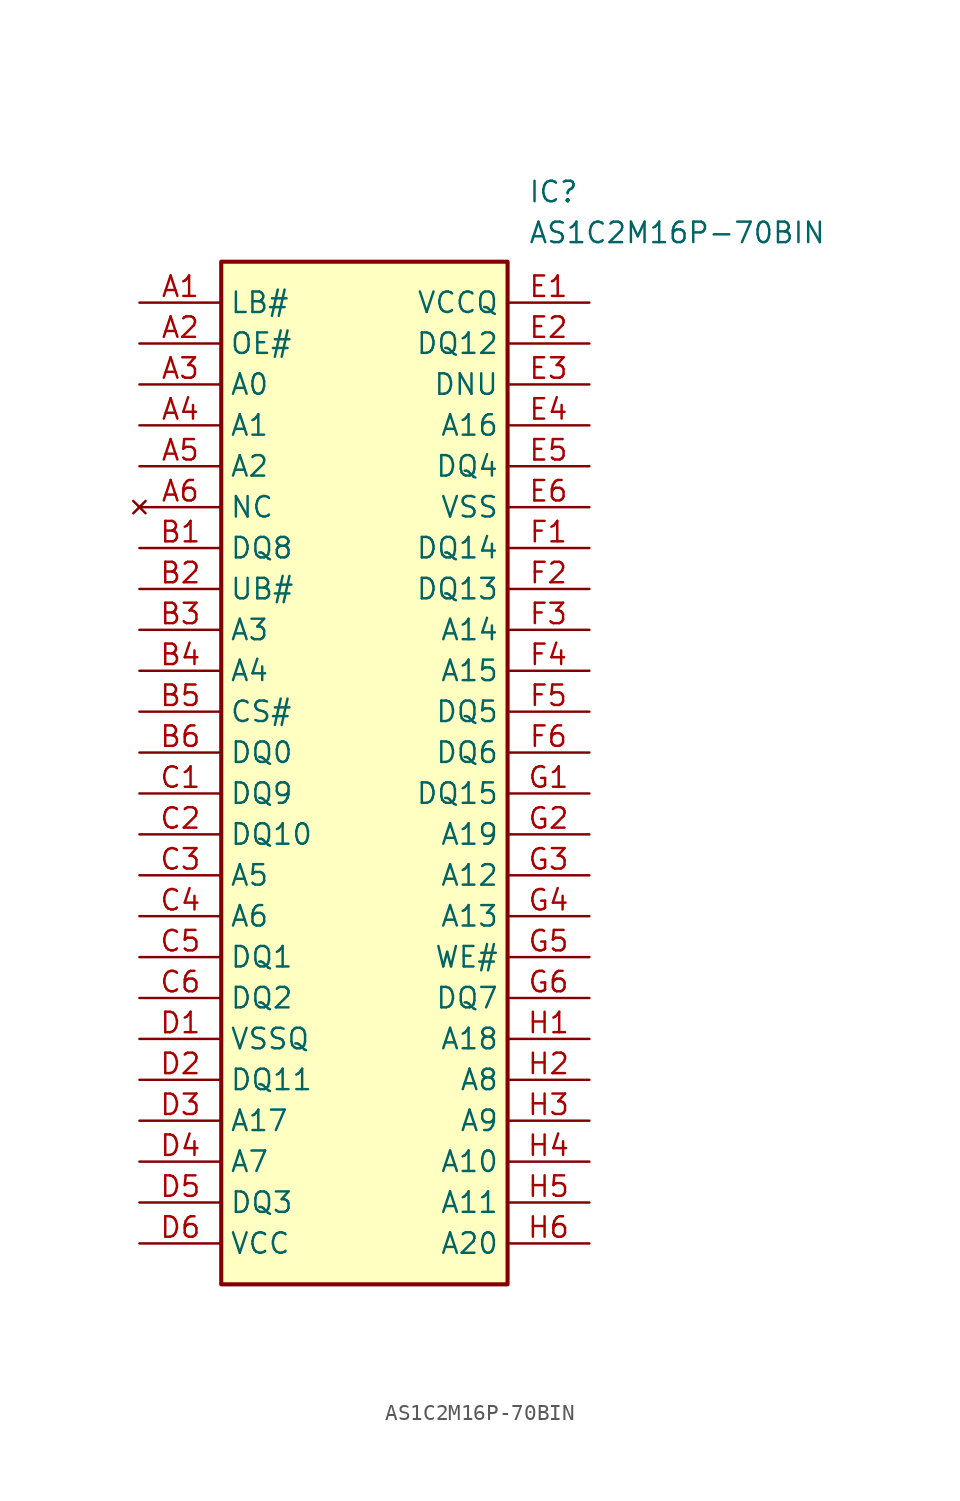
<source format=kicad_sym>
(kicad_symbol_lib
  (version 20211014)
  (generator SamacSys_ECAD_Model)
  (symbol "AS1C2M16P-70BIN"
    (property "Reference" "IC"
      (at 24.13 7.62 0)
      (effects (font (size 1.27 1.27)) (justify left top)))
    (property "Value" "AS1C2M16P-70BIN"
      (at 24.13 5.08 0)
      (effects (font (size 1.27 1.27)) (justify left top)))
    (rectangle
      (start 5.08 2.54)
      (end 22.86 -60.96)
      (stroke (width 0.254) (type default))
      (fill (type background)))
    (pin passive line
      (at 0 0 0)
      (length 5.08)
      (name "LB#" (effects (font (size 1.27 1.27))))
      (number "A1" (effects (font (size 1.27 1.27)))))
    (pin passive line
      (at 0 -2.54 0)
      (length 5.08)
      (name "OE#" (effects (font (size 1.27 1.27))))
      (number "A2" (effects (font (size 1.27 1.27)))))
    (pin passive line
      (at 0 -5.08 0)
      (length 5.08)
      (name "A0" (effects (font (size 1.27 1.27))))
      (number "A3" (effects (font (size 1.27 1.27)))))
    (pin passive line
      (at 0 -7.62 0)
      (length 5.08)
      (name "A1" (effects (font (size 1.27 1.27))))
      (number "A4" (effects (font (size 1.27 1.27)))))
    (pin passive line
      (at 0 -10.16 0)
      (length 5.08)
      (name "A2" (effects (font (size 1.27 1.27))))
      (number "A5" (effects (font (size 1.27 1.27)))))
    (pin no_connect line
      (at 0 -12.7 0)
      (length 5.08)
      (name "NC" (effects (font (size 1.27 1.27))))
      (number "A6" (effects (font (size 1.27 1.27)))))
    (pin passive line
      (at 0 -15.24 0)
      (length 5.08)
      (name "DQ8" (effects (font (size 1.27 1.27))))
      (number "B1" (effects (font (size 1.27 1.27)))))
    (pin passive line
      (at 0 -17.78 0)
      (length 5.08)
      (name "UB#" (effects (font (size 1.27 1.27))))
      (number "B2" (effects (font (size 1.27 1.27)))))
    (pin passive line
      (at 0 -20.32 0)
      (length 5.08)
      (name "A3" (effects (font (size 1.27 1.27))))
      (number "B3" (effects (font (size 1.27 1.27)))))
    (pin passive line
      (at 0 -22.86 0)
      (length 5.08)
      (name "A4" (effects (font (size 1.27 1.27))))
      (number "B4" (effects (font (size 1.27 1.27)))))
    (pin passive line
      (at 0 -25.4 0)
      (length 5.08)
      (name "CS#" (effects (font (size 1.27 1.27))))
      (number "B5" (effects (font (size 1.27 1.27)))))
    (pin passive line
      (at 0 -27.94 0)
      (length 5.08)
      (name "DQ0" (effects (font (size 1.27 1.27))))
      (number "B6" (effects (font (size 1.27 1.27)))))
    (pin passive line
      (at 0 -30.48 0)
      (length 5.08)
      (name "DQ9" (effects (font (size 1.27 1.27))))
      (number "C1" (effects (font (size 1.27 1.27)))))
    (pin passive line
      (at 0 -33.02 0)
      (length 5.08)
      (name "DQ10" (effects (font (size 1.27 1.27))))
      (number "C2" (effects (font (size 1.27 1.27)))))
    (pin passive line
      (at 0 -35.56 0)
      (length 5.08)
      (name "A5" (effects (font (size 1.27 1.27))))
      (number "C3" (effects (font (size 1.27 1.27)))))
    (pin passive line
      (at 0 -38.1 0)
      (length 5.08)
      (name "A6" (effects (font (size 1.27 1.27))))
      (number "C4" (effects (font (size 1.27 1.27)))))
    (pin passive line
      (at 0 -40.64 0)
      (length 5.08)
      (name "DQ1" (effects (font (size 1.27 1.27))))
      (number "C5" (effects (font (size 1.27 1.27)))))
    (pin passive line
      (at 0 -43.18 0)
      (length 5.08)
      (name "DQ2" (effects (font (size 1.27 1.27))))
      (number "C6" (effects (font (size 1.27 1.27)))))
    (pin passive line
      (at 0 -45.72 0)
      (length 5.08)
      (name "VSSQ" (effects (font (size 1.27 1.27))))
      (number "D1" (effects (font (size 1.27 1.27)))))
    (pin passive line
      (at 0 -48.26 0)
      (length 5.08)
      (name "DQ11" (effects (font (size 1.27 1.27))))
      (number "D2" (effects (font (size 1.27 1.27)))))
    (pin passive line
      (at 0 -50.8 0)
      (length 5.08)
      (name "A17" (effects (font (size 1.27 1.27))))
      (number "D3" (effects (font (size 1.27 1.27)))))
    (pin passive line
      (at 0 -53.34 0)
      (length 5.08)
      (name "A7" (effects (font (size 1.27 1.27))))
      (number "D4" (effects (font (size 1.27 1.27)))))
    (pin passive line
      (at 0 -55.88 0)
      (length 5.08)
      (name "DQ3" (effects (font (size 1.27 1.27))))
      (number "D5" (effects (font (size 1.27 1.27)))))
    (pin passive line
      (at 0 -58.42 0)
      (length 5.08)
      (name "VCC" (effects (font (size 1.27 1.27))))
      (number "D6" (effects (font (size 1.27 1.27)))))
    (pin passive line
      (at 27.94 0 180)
      (length 5.08)
      (name "VCCQ" (effects (font (size 1.27 1.27))))
      (number "E1" (effects (font (size 1.27 1.27)))))
    (pin passive line
      (at 27.94 -2.54 180)
      (length 5.08)
      (name "DQ12" (effects (font (size 1.27 1.27))))
      (number "E2" (effects (font (size 1.27 1.27)))))
    (pin passive line
      (at 27.94 -5.08 180)
      (length 5.08)
      (name "DNU" (effects (font (size 1.27 1.27))))
      (number "E3" (effects (font (size 1.27 1.27)))))
    (pin passive line
      (at 27.94 -7.62 180)
      (length 5.08)
      (name "A16" (effects (font (size 1.27 1.27))))
      (number "E4" (effects (font (size 1.27 1.27)))))
    (pin passive line
      (at 27.94 -10.16 180)
      (length 5.08)
      (name "DQ4" (effects (font (size 1.27 1.27))))
      (number "E5" (effects (font (size 1.27 1.27)))))
    (pin passive line
      (at 27.94 -12.7 180)
      (length 5.08)
      (name "VSS" (effects (font (size 1.27 1.27))))
      (number "E6" (effects (font (size 1.27 1.27)))))
    (pin passive line
      (at 27.94 -15.24 180)
      (length 5.08)
      (name "DQ14" (effects (font (size 1.27 1.27))))
      (number "F1" (effects (font (size 1.27 1.27)))))
    (pin passive line
      (at 27.94 -17.78 180)
      (length 5.08)
      (name "DQ13" (effects (font (size 1.27 1.27))))
      (number "F2" (effects (font (size 1.27 1.27)))))
    (pin passive line
      (at 27.94 -20.32 180)
      (length 5.08)
      (name "A14" (effects (font (size 1.27 1.27))))
      (number "F3" (effects (font (size 1.27 1.27)))))
    (pin passive line
      (at 27.94 -22.86 180)
      (length 5.08)
      (name "A15" (effects (font (size 1.27 1.27))))
      (number "F4" (effects (font (size 1.27 1.27)))))
    (pin passive line
      (at 27.94 -25.4 180)
      (length 5.08)
      (name "DQ5" (effects (font (size 1.27 1.27))))
      (number "F5" (effects (font (size 1.27 1.27)))))
    (pin passive line
      (at 27.94 -27.94 180)
      (length 5.08)
      (name "DQ6" (effects (font (size 1.27 1.27))))
      (number "F6" (effects (font (size 1.27 1.27)))))
    (pin passive line
      (at 27.94 -30.48 180)
      (length 5.08)
      (name "DQ15" (effects (font (size 1.27 1.27))))
      (number "G1" (effects (font (size 1.27 1.27)))))
    (pin passive line
      (at 27.94 -33.02 180)
      (length 5.08)
      (name "A19" (effects (font (size 1.27 1.27))))
      (number "G2" (effects (font (size 1.27 1.27)))))
    (pin passive line
      (at 27.94 -35.56 180)
      (length 5.08)
      (name "A12" (effects (font (size 1.27 1.27))))
      (number "G3" (effects (font (size 1.27 1.27)))))
    (pin passive line
      (at 27.94 -38.1 180)
      (length 5.08)
      (name "A13" (effects (font (size 1.27 1.27))))
      (number "G4" (effects (font (size 1.27 1.27)))))
    (pin passive line
      (at 27.94 -40.64 180)
      (length 5.08)
      (name "WE#" (effects (font (size 1.27 1.27))))
      (number "G5" (effects (font (size 1.27 1.27)))))
    (pin passive line
      (at 27.94 -43.18 180)
      (length 5.08)
      (name "DQ7" (effects (font (size 1.27 1.27))))
      (number "G6" (effects (font (size 1.27 1.27)))))
    (pin passive line
      (at 27.94 -45.72 180)
      (length 5.08)
      (name "A18" (effects (font (size 1.27 1.27))))
      (number "H1" (effects (font (size 1.27 1.27)))))
    (pin passive line
      (at 27.94 -48.26 180)
      (length 5.08)
      (name "A8" (effects (font (size 1.27 1.27))))
      (number "H2" (effects (font (size 1.27 1.27)))))
    (pin passive line
      (at 27.94 -50.8 180)
      (length 5.08)
      (name "A9" (effects (font (size 1.27 1.27))))
      (number "H3" (effects (font (size 1.27 1.27)))))
    (pin passive line
      (at 27.94 -53.34 180)
      (length 5.08)
      (name "A10" (effects (font (size 1.27 1.27))))
      (number "H4" (effects (font (size 1.27 1.27)))))
    (pin passive line
      (at 27.94 -55.88 180)
      (length 5.08)
      (name "A11" (effects (font (size 1.27 1.27))))
      (number "H5" (effects (font (size 1.27 1.27)))))
    (pin passive line
      (at 27.94 -58.42 180)
      (length 5.08)
      (name "A20" (effects (font (size 1.27 1.27))))
      (number "H6" (effects (font (size 1.27 1.27)))))))
</source>
